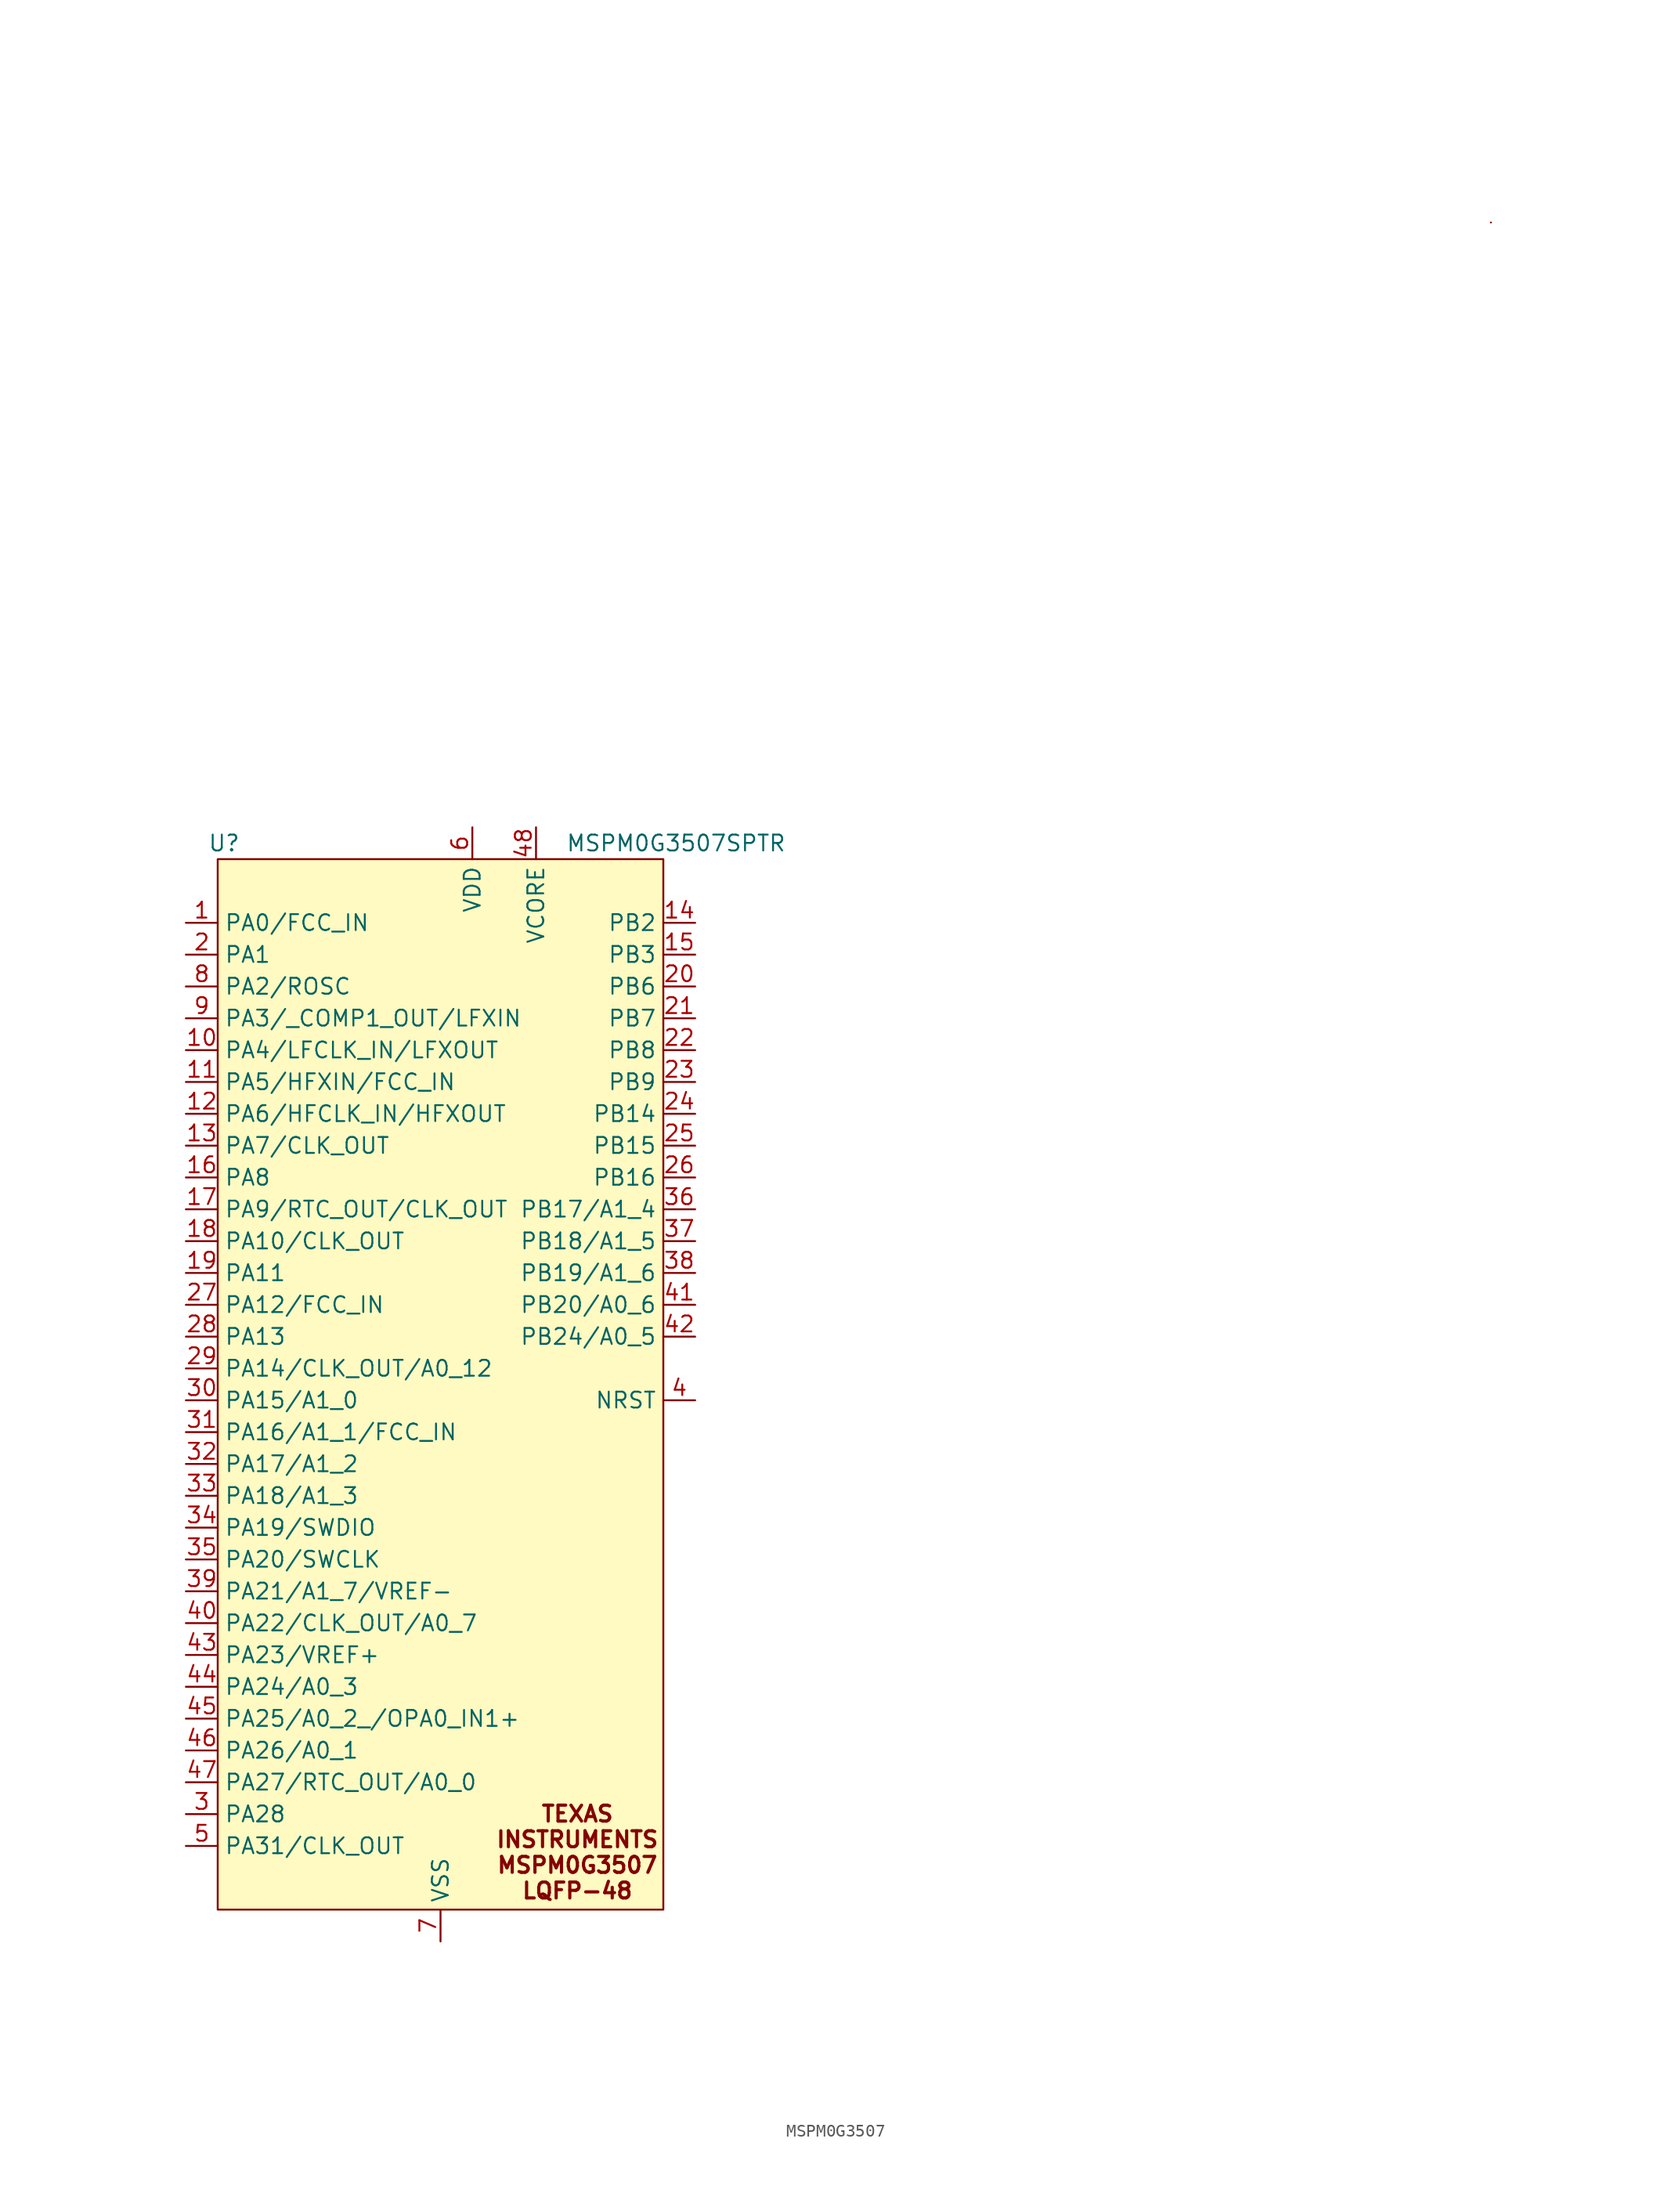
<source format=kicad_sym>
(kicad_symbol_lib
  (version 20241209)
  (generator "kicad_symbol_editor")
  (generator_version "9.0")
  (symbol "MSPM0G3507"
    (property "Reference" "U"
      (at 0.508 1.27 0)
      (effects (font (size 1.27 1.27))))
    (property "Value" "MSPM0G3507SPTR"
      (at 36.576 1.27 0)
      (effects (font (size 1.27 1.27))))
    (symbol "MSPM0G3507_0_0"
      (pin bidirectional line (at -2.54 -7.62 0) (length 2.54) (name "PA1" (effects (font (size 1.27 1.27)))) (number "2" (effects (font (size 1.27 1.27)))))
      (pin bidirectional line (at -2.54 -25.4 0) (length 2.54) (name "PA8" (effects (font (size 1.27 1.27)))) (number "16" (effects (font (size 1.27 1.27)))))
      (pin bidirectional line (at -2.54 -33.02 0) (length 2.54) (name "PA11" (effects (font (size 1.27 1.27)))) (number "19" (effects (font (size 1.27 1.27)))))
      (pin bidirectional line (at -2.54 -38.1 0) (length 2.54) (name "PA13" (effects (font (size 1.27 1.27)))) (number "28" (effects (font (size 1.27 1.27)))))
      (pin bidirectional line (at -2.54 -76.2 0) (length 2.54) (name "PA28" (effects (font (size 1.27 1.27)))) (number "3" (effects (font (size 1.27 1.27)))))
      (pin power_in line (at 17.78 -86.36 90) (length 2.54) (name "VSS" (effects (font (size 1.27 1.27)))) (number "7" (effects (font (size 1.27 1.27)))))
      (pin power_in line (at 20.32 2.54 270) (length 2.54) (name "VDD" (effects (font (size 1.27 1.27)))) (number "6" (effects (font (size 1.27 1.27)))))
      (pin power_in line (at 25.4 2.54 270) (length 2.54) (name "VCORE" (effects (font (size 1.27 1.27)))) (number "48" (effects (font (size 1.27 1.27)))))
      (pin bidirectional line (at 38.1 -7.62 180) (length 2.54) (name "PB3" (effects (font (size 1.27 1.27)))) (number "15" (effects (font (size 1.27 1.27)))))
      (pin bidirectional line (at 38.1 -10.16 180) (length 2.54) (name "PB6" (effects (font (size 1.27 1.27)))) (number "20" (effects (font (size 1.27 1.27)))))
      (pin bidirectional line (at 38.1 -12.7 180) (length 2.54) (name "PB7" (effects (font (size 1.27 1.27)))) (number "21" (effects (font (size 1.27 1.27)))))
      (pin bidirectional line (at 38.1 -15.24 180) (length 2.54) (name "PB8" (effects (font (size 1.27 1.27)))) (number "22" (effects (font (size 1.27 1.27)))))
      (pin bidirectional line (at 38.1 -17.78 180) (length 2.54) (name "PB9" (effects (font (size 1.27 1.27)))) (number "23" (effects (font (size 1.27 1.27)))))
      (pin bidirectional line (at 38.1 -20.32 180) (length 2.54) (name "PB14" (effects (font (size 1.27 1.27)))) (number "24" (effects (font (size 1.27 1.27)))))
      (pin bidirectional line (at 38.1 -22.86 180) (length 2.54) (name "PB15" (effects (font (size 1.27 1.27)))) (number "25" (effects (font (size 1.27 1.27)))))
      (pin bidirectional line (at 38.1 -25.4 180) (length 2.54) (name "PB16" (effects (font (size 1.27 1.27)))) (number "26" (effects (font (size 1.27 1.27)))))
      (pin input line (at 38.1 -43.18 180) (length 2.54) (name "NRST" (effects (font (size 1.27 1.27)))) (number "4" (effects (font (size 1.27 1.27))))))
    (symbol "MSPM0G3507_0_1"
      (rectangle (start 101.6 50.8) (end 101.6 50.8) (stroke (width 0) (type default)) (fill (type none))))
    (symbol "MSPM0G3507_1_0"
      (pin bidirectional line (at -2.54 -5.08 0) (length 2.54) (name "PA0/FCC_IN" (effects (font (size 1.27 1.27)))) (number "1" (effects (font (size 1.27 1.27)))))
      (pin bidirectional line (at -2.54 -10.16 0) (length 2.54) (name "PA2/ROSC" (effects (font (size 1.27 1.27)))) (number "8" (effects (font (size 1.27 1.27)))))
      (pin bidirectional line (at -2.54 -12.7 0) (length 2.54) (name "PA3/_COMP1_OUT/LFXIN" (effects (font (size 1.27 1.27)))) (number "9" (effects (font (size 1.27 1.27)))))
      (pin bidirectional line (at -2.54 -15.24 0) (length 2.54) (name "PA4/LFCLK_IN/LFXOUT" (effects (font (size 1.27 1.27)))) (number "10" (effects (font (size 1.27 1.27)))))
      (pin bidirectional line (at -2.54 -17.78 0) (length 2.54) (name "PA5/HFXIN/FCC_IN" (effects (font (size 1.27 1.27)))) (number "11" (effects (font (size 1.27 1.27)))))
      (pin bidirectional line (at -2.54 -20.32 0) (length 2.54) (name "PA6/HFCLK_IN/HFXOUT" (effects (font (size 1.27 1.27)))) (number "12" (effects (font (size 1.27 1.27)))))
      (pin bidirectional line (at -2.54 -22.86 0) (length 2.54) (name "PA7/CLK_OUT" (effects (font (size 1.27 1.27)))) (number "13" (effects (font (size 1.27 1.27)))))
      (pin bidirectional line (at -2.54 -27.94 0) (length 2.54) (name "PA9/RTC_OUT/CLK_OUT" (effects (font (size 1.27 1.27)))) (number "17" (effects (font (size 1.27 1.27)))))
      (pin bidirectional line (at -2.54 -30.48 0) (length 2.54) (name "PA10/CLK_OUT" (effects (font (size 1.27 1.27)))) (number "18" (effects (font (size 1.27 1.27)))))
      (pin bidirectional line (at -2.54 -35.56 0) (length 2.54) (name "PA12/FCC_IN" (effects (font (size 1.27 1.27)))) (number "27" (effects (font (size 1.27 1.27)))))
      (pin bidirectional line (at -2.54 -40.64 0) (length 2.54) (name "PA14/CLK_OUT/A0_12" (effects (font (size 1.27 1.27)))) (number "29" (effects (font (size 1.27 1.27)))))
      (pin bidirectional line (at -2.54 -43.18 0) (length 2.54) (name "PA15/A1_0" (effects (font (size 1.27 1.27)))) (number "30" (effects (font (size 1.27 1.27)))))
      (pin bidirectional line (at -2.54 -45.72 0) (length 2.54) (name "PA16/A1_1/FCC_IN" (effects (font (size 1.27 1.27)))) (number "31" (effects (font (size 1.27 1.27)))))
      (pin bidirectional line (at -2.54 -48.26 0) (length 2.54) (name "PA17/A1_2" (effects (font (size 1.27 1.27)))) (number "32" (effects (font (size 1.27 1.27)))))
      (pin bidirectional line (at -2.54 -50.8 0) (length 2.54) (name "PA18/A1_3" (effects (font (size 1.27 1.27)))) (number "33" (effects (font (size 1.27 1.27)))))
      (pin bidirectional line (at -2.54 -53.34 0) (length 2.54) (name "PA19/SWDIO" (effects (font (size 1.27 1.27)))) (number "34" (effects (font (size 1.27 1.27)))))
      (pin bidirectional line (at -2.54 -55.88 0) (length 2.54) (name "PA20/SWCLK" (effects (font (size 1.27 1.27)))) (number "35" (effects (font (size 1.27 1.27)))))
      (pin bidirectional line (at -2.54 -58.42 0) (length 2.54) (name "PA21/A1_7/VREF-" (effects (font (size 1.27 1.27)))) (number "39" (effects (font (size 1.27 1.27)))))
      (pin bidirectional line (at -2.54 -60.96 0) (length 2.54) (name "PA22/CLK_OUT/A0_7" (effects (font (size 1.27 1.27)))) (number "40" (effects (font (size 1.27 1.27)))))
      (pin bidirectional line (at -2.54 -63.5 0) (length 2.54) (name "PA23/VREF+" (effects (font (size 1.27 1.27)))) (number "43" (effects (font (size 1.27 1.27)))))
      (pin bidirectional line (at -2.54 -66.04 0) (length 2.54) (name "PA24/A0_3" (effects (font (size 1.27 1.27)))) (number "44" (effects (font (size 1.27 1.27)))))
      (pin bidirectional line (at -2.54 -68.58 0) (length 2.54) (name "PA25/A0_2_/OPA0_IN1+" (effects (font (size 1.27 1.27)))) (number "45" (effects (font (size 1.27 1.27)))))
      (pin bidirectional line (at -2.54 -71.12 0) (length 2.54) (name "PA26/A0_1" (effects (font (size 1.27 1.27)))) (number "46" (effects (font (size 1.27 1.27)))))
      (pin bidirectional line (at -2.54 -73.66 0) (length 2.54) (name "PA27/RTC_OUT/A0_0" (effects (font (size 1.27 1.27)))) (number "47" (effects (font (size 1.27 1.27)))))
      (pin bidirectional line (at -2.54 -78.74 0) (length 2.54) (name "PA31/CLK_OUT" (effects (font (size 1.27 1.27)))) (number "5" (effects (font (size 1.27 1.27)))))
      (pin bidirectional line (at 38.1 -5.08 180) (length 2.54) (name "PB2" (effects (font (size 1.27 1.27)))) (number "14" (effects (font (size 1.27 1.27)))))
      (pin bidirectional line (at 38.1 -27.94 180) (length 2.54) (name "PB17/A1_4" (effects (font (size 1.27 1.27)))) (number "36" (effects (font (size 1.27 1.27)))))
      (pin bidirectional line (at 38.1 -30.48 180) (length 2.54) (name "PB18/A1_5" (effects (font (size 1.27 1.27)))) (number "37" (effects (font (size 1.27 1.27)))))
      (pin bidirectional line (at 38.1 -33.02 180) (length 2.54) (name "PB19/A1_6" (effects (font (size 1.27 1.27)))) (number "38" (effects (font (size 1.27 1.27)))))
      (pin bidirectional line (at 38.1 -35.56 180) (length 2.54) (name "PB20/A0_6" (effects (font (size 1.27 1.27)))) (number "41" (effects (font (size 1.27 1.27)))))
      (pin bidirectional line (at 38.1 -38.1 180) (length 2.54) (name "PB24/A0_5" (effects (font (size 1.27 1.27)))) (number "42" (effects (font (size 1.27 1.27))))))
    (symbol "MSPM0G3507_1_1"
      (rectangle (start 0 0) (end 35.56 -83.82) (stroke (width 0) (type solid)) (fill (type color) (color 255 249 194 1)))
      (text "TEXAS\nINSTRUMENTS\nMSPM0G3507\nLQFP-48" (at 28.702 -79.248 0) (effects (font (size 1.27 1.27) (thickness 0.254) (bold yes)))))))
</source>
